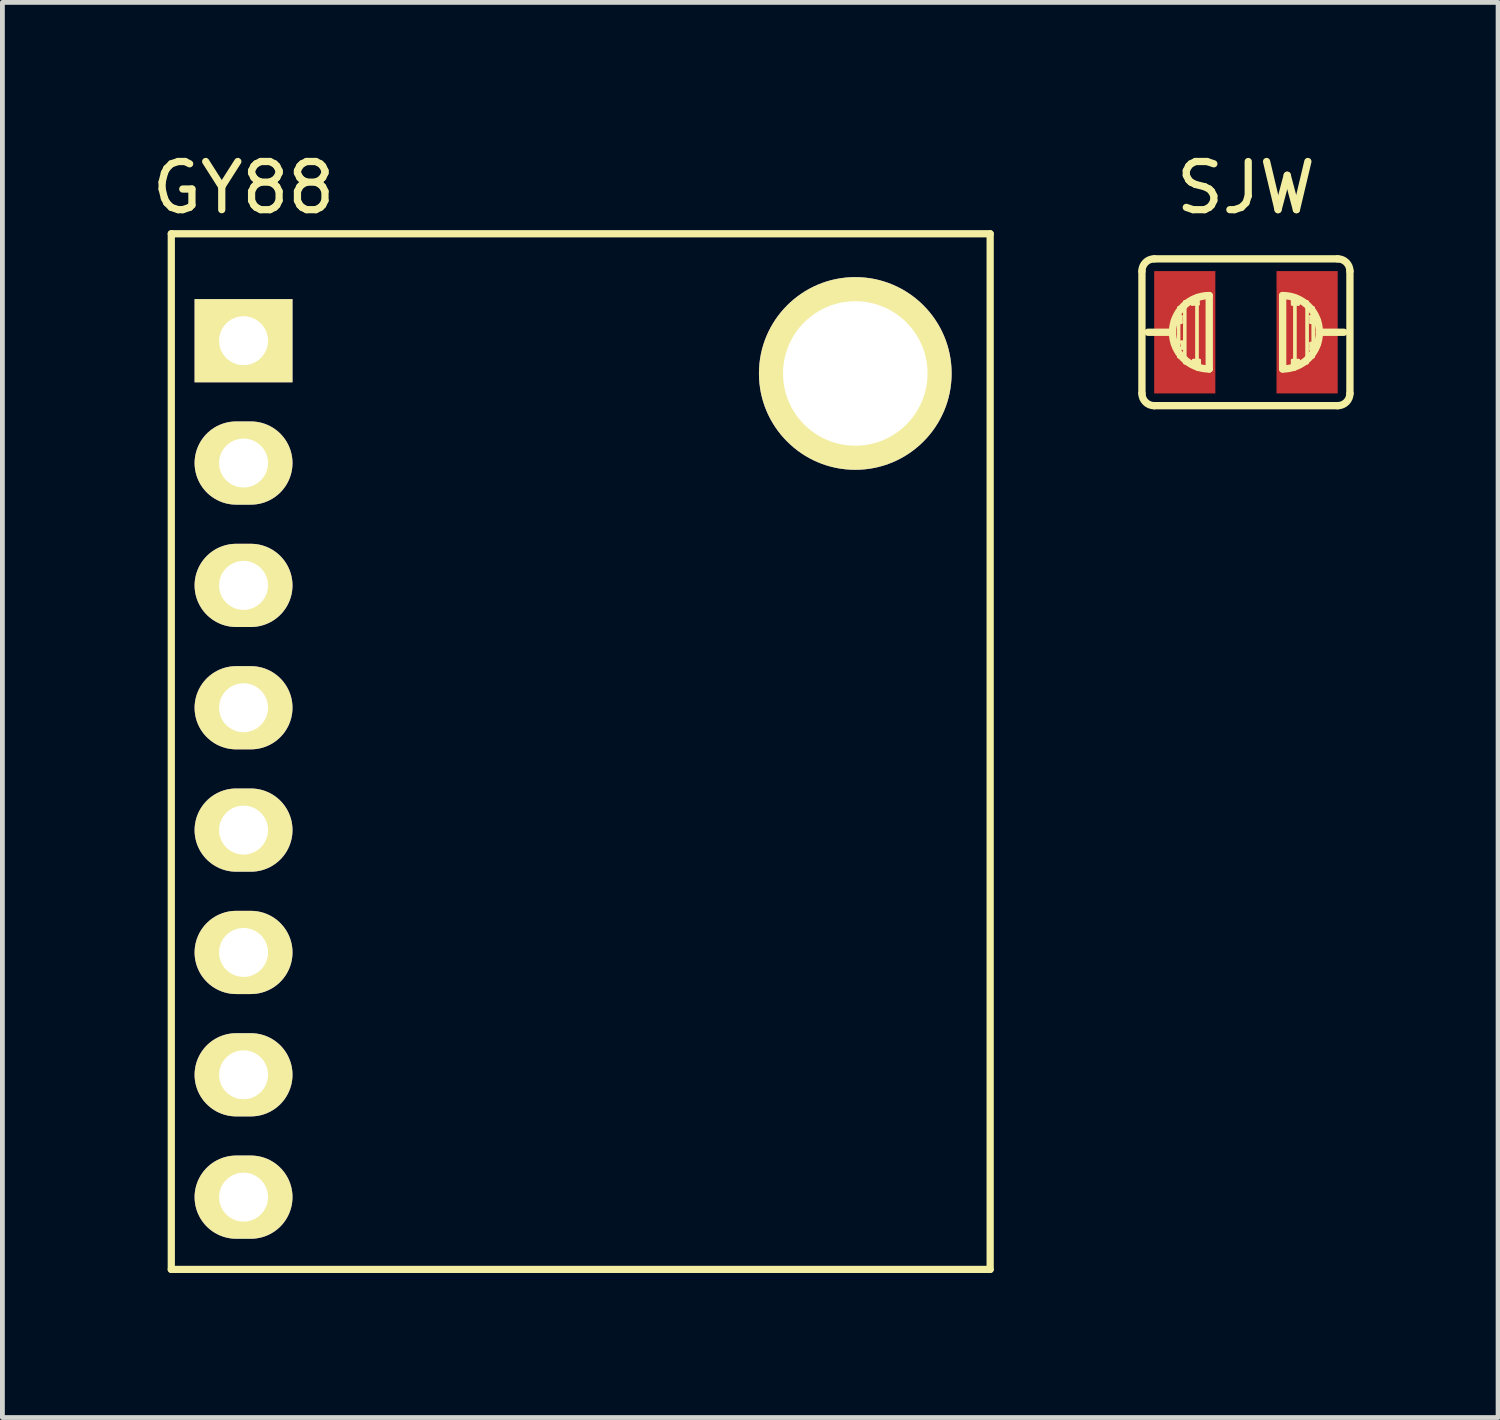
<source format=kicad_pcb>
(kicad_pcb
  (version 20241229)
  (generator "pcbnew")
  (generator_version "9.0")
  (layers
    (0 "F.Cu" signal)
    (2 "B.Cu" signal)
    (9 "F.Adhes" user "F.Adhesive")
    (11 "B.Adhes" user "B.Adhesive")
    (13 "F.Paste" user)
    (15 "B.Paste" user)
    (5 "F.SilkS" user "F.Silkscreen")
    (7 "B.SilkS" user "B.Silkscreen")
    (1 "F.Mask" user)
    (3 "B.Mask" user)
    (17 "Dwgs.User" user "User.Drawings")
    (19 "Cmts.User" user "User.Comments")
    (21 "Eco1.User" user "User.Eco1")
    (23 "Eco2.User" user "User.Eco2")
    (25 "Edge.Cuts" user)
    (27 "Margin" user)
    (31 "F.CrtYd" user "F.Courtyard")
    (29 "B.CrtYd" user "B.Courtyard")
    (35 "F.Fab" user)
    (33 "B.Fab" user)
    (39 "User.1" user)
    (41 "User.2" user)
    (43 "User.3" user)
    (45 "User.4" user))
  (footprint "GY88"
    (layer "F.Cu")
    (at 2.006 21.803)
    (property "Reference" "GY88" (at 0 -20.955 0) (layer "F.SilkS") (effects (font (size 1 1) (thickness 0.15))))
    (attr through_hole)
    (fp_line (start -1.5 -20) (end -1.5 1.5) (stroke (width 0.15) (type solid)) (layer "F.SilkS"))
    (fp_line (start -1.5 1.5) (end 15.5 1.5) (stroke (width 0.15) (type solid)) (layer "F.SilkS"))
    (fp_line (start 15.5 -20) (end -1.5 -20) (stroke (width 0.15) (type solid)) (layer "F.SilkS"))
    (fp_line (start 15.5 1.5) (end 15.5 -20) (stroke (width 0.15) (type solid)) (layer "F.SilkS"))
    (pad "" np_thru_hole circle (at 12.7 -17.1) (size 4 4) (drill 3) (layers "*.Cu" "*.Mask" "F.SilkS"))
    (pad "1" thru_hole rect (at 0 -17.78) (size 2.032 1.727) (drill 1.016) (layers "*.Cu" "*.Mask" "F.SilkS"))
    (pad "2" thru_hole oval (at 0 -15.24) (size 2.032 1.727) (drill 1.016) (layers "*.Cu" "*.Mask" "F.SilkS"))
    (pad "3" thru_hole oval (at 0 -12.7) (size 2.032 1.727) (drill 1.016) (layers "*.Cu" "*.Mask" "F.SilkS"))
    (pad "4" thru_hole oval (at 0 -10.16) (size 2.032 1.727) (drill 1.016) (layers "*.Cu" "*.Mask" "F.SilkS"))
    (pad "5" thru_hole oval (at 0 -7.62) (size 2.032 1.727) (drill 1.016) (layers "*.Cu" "*.Mask" "F.SilkS"))
    (pad "6" thru_hole oval (at 0 -5.08) (size 2.032 1.727) (drill 1.016) (layers "*.Cu" "*.Mask" "F.SilkS"))
    (pad "7" thru_hole oval (at 0 -2.54) (size 2.032 1.727) (drill 1.016) (layers "*.Cu" "*.Mask" "F.SilkS"))
    (pad "8" thru_hole oval (at 0 0) (size 2.032 1.727) (drill 1.016) (layers "*.Cu" "*.Mask" "F.SilkS")))
  (footprint "SJW"
    (layer "F.Cu")
    (at 22.816 3.848)
    (property "Reference" "SJW" (at 0 -3 0) (layer "F.SilkS") (effects (font (size 1 1) (thickness 0.15))))
    (attr smd)
    (fp_line (start -2.159 1.27) (end -2.159 -1.27) (stroke (width 0.152) (type solid)) (layer "F.SilkS"))
    (fp_line (start -1.905 -1.524) (end 1.905 -1.524) (stroke (width 0.152) (type solid)) (layer "F.SilkS"))
    (fp_line (start -1.524 -0.254) (end -1.397 -0.254) (stroke (width 0.066) (type solid)) (layer "F.SilkS"))
    (fp_line (start -1.524 0) (end -2.032 0) (stroke (width 0.152) (type solid)) (layer "F.SilkS"))
    (fp_line (start -1.524 0.254) (end -1.524 -0.254) (stroke (width 0.066) (type solid)) (layer "F.SilkS"))
    (fp_line (start -1.524 0.254) (end -1.397 0.254) (stroke (width 0.066) (type solid)) (layer "F.SilkS"))
    (fp_line (start -1.473 -0.33) (end -1.346 -0.33) (stroke (width 0.066) (type solid)) (layer "F.SilkS"))
    (fp_line (start -1.473 -0.203) (end -1.473 -0.33) (stroke (width 0.066) (type solid)) (layer "F.SilkS"))
    (fp_line (start -1.473 -0.203) (end -1.346 -0.203) (stroke (width 0.066) (type solid)) (layer "F.SilkS"))
    (fp_line (start -1.448 0.203) (end -1.321 0.203) (stroke (width 0.066) (type solid)) (layer "F.SilkS"))
    (fp_line (start -1.448 0.33) (end -1.448 0.203) (stroke (width 0.066) (type solid)) (layer "F.SilkS"))
    (fp_line (start -1.448 0.33) (end -1.321 0.33) (stroke (width 0.066) (type solid)) (layer "F.SilkS"))
    (fp_line (start -1.397 -0.508) (end -1.27 -0.508) (stroke (width 0.066) (type solid)) (layer "F.SilkS"))
    (fp_line (start -1.397 0.254) (end -1.397 -0.254) (stroke (width 0.066) (type solid)) (layer "F.SilkS"))
    (fp_line (start -1.397 0.508) (end -1.397 -0.508) (stroke (width 0.066) (type solid)) (layer "F.SilkS"))
    (fp_line (start -1.397 0.508) (end -1.27 0.508) (stroke (width 0.066) (type solid)) (layer "F.SilkS"))
    (fp_line (start -1.346 -0.203) (end -1.346 -0.33) (stroke (width 0.066) (type solid)) (layer "F.SilkS"))
    (fp_line (start -1.321 0.33) (end -1.321 0.203) (stroke (width 0.066) (type solid)) (layer "F.SilkS"))
    (fp_line (start -1.27 -0.635) (end -1.016 -0.635) (stroke (width 0.066) (type solid)) (layer "F.SilkS"))
    (fp_line (start -1.27 0.508) (end -1.27 -0.508) (stroke (width 0.066) (type solid)) (layer "F.SilkS"))
    (fp_line (start -1.27 0.635) (end -1.27 -0.635) (stroke (width 0.066) (type solid)) (layer "F.SilkS"))
    (fp_line (start -1.27 0.635) (end -1.016 0.635) (stroke (width 0.066) (type solid)) (layer "F.SilkS"))
    (fp_line (start -1.118 -0.711) (end -0.991 -0.711) (stroke (width 0.066) (type solid)) (layer "F.SilkS"))
    (fp_line (start -1.118 -0.584) (end -1.118 -0.711) (stroke (width 0.066) (type solid)) (layer "F.SilkS"))
    (fp_line (start -1.118 -0.584) (end -0.991 -0.584) (stroke (width 0.066) (type solid)) (layer "F.SilkS"))
    (fp_line (start -1.09 0.584) (end -0.965 0.584) (stroke (width 0.066) (type solid)) (layer "F.SilkS"))
    (fp_line (start -1.09 0.711) (end -1.09 0.584) (stroke (width 0.066) (type solid)) (layer "F.SilkS"))
    (fp_line (start -1.09 0.711) (end -0.965 0.711) (stroke (width 0.066) (type solid)) (layer "F.SilkS"))
    (fp_line (start -1.016 -0.762) (end -0.762 -0.762) (stroke (width 0.066) (type solid)) (layer "F.SilkS"))
    (fp_line (start -1.016 0.635) (end -1.016 -0.635) (stroke (width 0.066) (type solid)) (layer "F.SilkS"))
    (fp_line (start -1.016 0.762) (end -1.016 -0.762) (stroke (width 0.066) (type solid)) (layer "F.SilkS"))
    (fp_line (start -1.016 0.762) (end -0.762 0.762) (stroke (width 0.066) (type solid)) (layer "F.SilkS"))
    (fp_line (start -0.991 -0.584) (end -0.991 -0.711) (stroke (width 0.066) (type solid)) (layer "F.SilkS"))
    (fp_line (start -0.965 0.711) (end -0.965 0.584) (stroke (width 0.066) (type solid)) (layer "F.SilkS"))
    (fp_line (start -0.762 -0.762) (end -0.762 0.762) (stroke (width 0.152) (type solid)) (layer "F.SilkS"))
    (fp_line (start -0.762 0.762) (end -0.762 -0.762) (stroke (width 0.066) (type solid)) (layer "F.SilkS"))
    (fp_line (start 0.762 -0.762) (end 0.762 0.762) (stroke (width 0.152) (type solid)) (layer "F.SilkS"))
    (fp_line (start 0.762 -0.762) (end 1.016 -0.762) (stroke (width 0.066) (type solid)) (layer "F.SilkS"))
    (fp_line (start 0.762 0.762) (end 0.762 -0.762) (stroke (width 0.066) (type solid)) (layer "F.SilkS"))
    (fp_line (start 0.762 0.762) (end 1.016 0.762) (stroke (width 0.066) (type solid)) (layer "F.SilkS"))
    (fp_line (start 0.965 -0.711) (end 1.09 -0.711) (stroke (width 0.066) (type solid)) (layer "F.SilkS"))
    (fp_line (start 0.965 -0.584) (end 0.965 -0.711) (stroke (width 0.066) (type solid)) (layer "F.SilkS"))
    (fp_line (start 0.965 -0.584) (end 1.09 -0.584) (stroke (width 0.066) (type solid)) (layer "F.SilkS"))
    (fp_line (start 0.965 0.584) (end 1.09 0.584) (stroke (width 0.066) (type solid)) (layer "F.SilkS"))
    (fp_line (start 0.965 0.711) (end 0.965 0.584) (stroke (width 0.066) (type solid)) (layer "F.SilkS"))
    (fp_line (start 0.965 0.711) (end 1.09 0.711) (stroke (width 0.066) (type solid)) (layer "F.SilkS"))
    (fp_line (start 1.016 -0.635) (end 1.27 -0.635) (stroke (width 0.066) (type solid)) (layer "F.SilkS"))
    (fp_line (start 1.016 0.635) (end 1.016 -0.635) (stroke (width 0.066) (type solid)) (layer "F.SilkS"))
    (fp_line (start 1.016 0.635) (end 1.27 0.635) (stroke (width 0.066) (type solid)) (layer "F.SilkS"))
    (fp_line (start 1.016 0.762) (end 1.016 -0.762) (stroke (width 0.066) (type solid)) (layer "F.SilkS"))
    (fp_line (start 1.09 -0.584) (end 1.09 -0.711) (stroke (width 0.066) (type solid)) (layer "F.SilkS"))
    (fp_line (start 1.09 0.711) (end 1.09 0.584) (stroke (width 0.066) (type solid)) (layer "F.SilkS"))
    (fp_line (start 1.27 -0.508) (end 1.397 -0.508) (stroke (width 0.066) (type solid)) (layer "F.SilkS"))
    (fp_line (start 1.27 0.508) (end 1.27 -0.508) (stroke (width 0.066) (type solid)) (layer "F.SilkS"))
    (fp_line (start 1.27 0.508) (end 1.397 0.508) (stroke (width 0.066) (type solid)) (layer "F.SilkS"))
    (fp_line (start 1.27 0.635) (end 1.27 -0.635) (stroke (width 0.066) (type solid)) (layer "F.SilkS"))
    (fp_line (start 1.346 -0.33) (end 1.473 -0.33) (stroke (width 0.066) (type solid)) (layer "F.SilkS"))
    (fp_line (start 1.346 -0.203) (end 1.346 -0.33) (stroke (width 0.066) (type solid)) (layer "F.SilkS"))
    (fp_line (start 1.346 -0.203) (end 1.473 -0.203) (stroke (width 0.066) (type solid)) (layer "F.SilkS"))
    (fp_line (start 1.346 0.229) (end 1.473 0.229) (stroke (width 0.066) (type solid)) (layer "F.SilkS"))
    (fp_line (start 1.346 0.356) (end 1.346 0.229) (stroke (width 0.066) (type solid)) (layer "F.SilkS"))
    (fp_line (start 1.346 0.356) (end 1.473 0.356) (stroke (width 0.066) (type solid)) (layer "F.SilkS"))
    (fp_line (start 1.397 -0.254) (end 1.524 -0.254) (stroke (width 0.066) (type solid)) (layer "F.SilkS"))
    (fp_line (start 1.397 0.254) (end 1.397 -0.254) (stroke (width 0.066) (type solid)) (layer "F.SilkS"))
    (fp_line (start 1.397 0.254) (end 1.524 0.254) (stroke (width 0.066) (type solid)) (layer "F.SilkS"))
    (fp_line (start 1.397 0.508) (end 1.397 -0.508) (stroke (width 0.066) (type solid)) (layer "F.SilkS"))
    (fp_line (start 1.473 -0.203) (end 1.473 -0.33) (stroke (width 0.066) (type solid)) (layer "F.SilkS"))
    (fp_line (start 1.473 0.356) (end 1.473 0.229) (stroke (width 0.066) (type solid)) (layer "F.SilkS"))
    (fp_line (start 1.524 0) (end 2.032 0) (stroke (width 0.152) (type solid)) (layer "F.SilkS"))
    (fp_line (start 1.524 0.254) (end 1.524 -0.254) (stroke (width 0.066) (type solid)) (layer "F.SilkS"))
    (fp_line (start 1.905 1.524) (end -1.905 1.524) (stroke (width 0.152) (type solid)) (layer "F.SilkS"))
    (fp_line (start 2.159 1.27) (end 2.159 -1.27) (stroke (width 0.152) (type solid)) (layer "F.SilkS"))
    (fp_arc (start -2.159 -1.27) (mid -2.084605 -1.449605) (end -1.905 -1.524) (stroke (width 0.1524) (type solid)) (layer "F.SilkS"))
    (fp_arc (start -1.905 1.524) (mid -2.084605 1.449605) (end -2.159 1.27) (stroke (width 0.1524) (type solid)) (layer "F.SilkS"))
    (fp_arc (start -0.762 0.762) (mid -1.524 0) (end -0.762 -0.762) (stroke (width 0.1524) (type solid)) (layer "F.SilkS"))
    (fp_arc (start 0.762 -0.762) (mid 1.524 0) (end 0.762 0.762) (stroke (width 0.1524) (type solid)) (layer "F.SilkS"))
    (fp_arc (start 1.905 -1.524) (mid 2.084605 -1.449605) (end 2.159 -1.27) (stroke (width 0.1524) (type solid)) (layer "F.SilkS"))
    (fp_arc (start 2.159 1.27) (mid 2.084605 1.449605) (end 1.905 1.524) (stroke (width 0.1524) (type solid)) (layer "F.SilkS"))
    (pad "1" smd rect (at -1.27 0) (size 1.27 2.54) (layers "F.Cu" "F.Mask" "F.Paste"))
    (pad "2" smd rect (at 1.27 0) (size 1.27 2.54) (layers "F.Cu" "F.Mask" "F.Paste")))
  (gr_rect
    (start -3 -3)
    (end 28.051 26.378)
    (stroke (width 0.1) (type default))
    (fill no)
    (layer "Edge.Cuts")))
</source>
